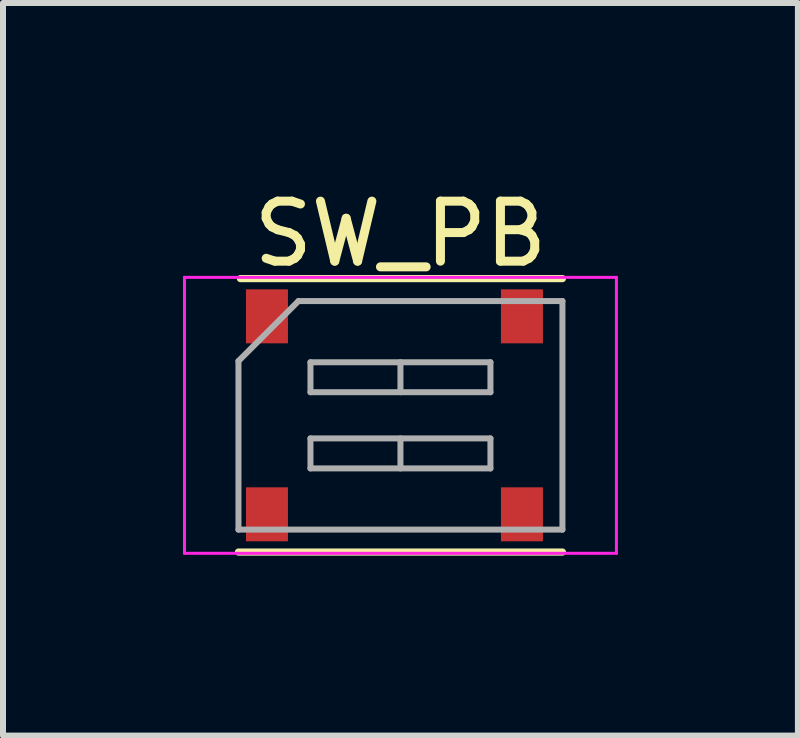
<source format=kicad_pcb>
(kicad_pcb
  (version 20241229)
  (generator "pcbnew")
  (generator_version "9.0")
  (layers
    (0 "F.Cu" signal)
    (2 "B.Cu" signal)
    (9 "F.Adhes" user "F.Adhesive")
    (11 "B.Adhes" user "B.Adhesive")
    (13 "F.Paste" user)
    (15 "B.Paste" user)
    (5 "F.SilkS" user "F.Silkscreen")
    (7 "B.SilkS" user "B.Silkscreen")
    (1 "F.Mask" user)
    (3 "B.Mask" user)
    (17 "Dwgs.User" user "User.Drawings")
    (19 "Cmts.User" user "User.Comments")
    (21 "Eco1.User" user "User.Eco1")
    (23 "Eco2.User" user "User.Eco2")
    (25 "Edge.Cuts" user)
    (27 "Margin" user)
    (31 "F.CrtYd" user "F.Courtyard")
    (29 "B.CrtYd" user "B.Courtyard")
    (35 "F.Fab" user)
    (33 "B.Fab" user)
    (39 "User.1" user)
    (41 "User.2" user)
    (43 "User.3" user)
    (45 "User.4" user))
  (footprint "SW_PB"
    (layer "F.Cu")
    (at 3.625 3.873)
    (property "Reference" "SW_PB" (at 0 -3.025 0) (layer "F.SilkS") (effects (font (size 1 1) (thickness 0.15))))
    (attr smd)
    (fp_line (start -2.7 2.279) (end 2.7 2.279) (stroke (width 0.12) (type solid)) (layer "F.SilkS"))
    (fp_line (start -2.667 -2.279) (end 2.7 -2.279) (stroke (width 0.12) (type solid)) (layer "F.SilkS"))
    (fp_line (start -3.6 -2.3) (end -3.6 2.3) (stroke (width 0.05) (type solid)) (layer "F.CrtYd"))
    (fp_line (start -3.6 2.3) (end 3.6 2.3) (stroke (width 0.05) (type solid)) (layer "F.CrtYd"))
    (fp_line (start 3.6 -2.3) (end -3.6 -2.3) (stroke (width 0.05) (type solid)) (layer "F.CrtYd"))
    (fp_line (start 3.6 2.3) (end 3.6 -2.3) (stroke (width 0.05) (type solid)) (layer "F.CrtYd"))
    (fp_line (start -2.7 -0.905) (end -1.7 -1.905) (stroke (width 0.1) (type solid)) (layer "F.Fab"))
    (fp_line (start -2.7 1.905) (end -2.7 -0.905) (stroke (width 0.1) (type solid)) (layer "F.Fab"))
    (fp_line (start -1.7 -1.905) (end 2.7 -1.905) (stroke (width 0.1) (type solid)) (layer "F.Fab"))
    (fp_line (start -1.5 -0.885) (end -1.5 -0.385) (stroke (width 0.1) (type solid)) (layer "F.Fab"))
    (fp_line (start -1.5 -0.385) (end 1.5 -0.385) (stroke (width 0.1) (type solid)) (layer "F.Fab"))
    (fp_line (start -1.5 0.385) (end -1.5 0.885) (stroke (width 0.1) (type solid)) (layer "F.Fab"))
    (fp_line (start -1.5 0.885) (end 1.5 0.885) (stroke (width 0.1) (type solid)) (layer "F.Fab"))
    (fp_line (start 0 -0.885) (end 0 -0.385) (stroke (width 0.1) (type solid)) (layer "F.Fab"))
    (fp_line (start 0 0.385) (end 0 0.885) (stroke (width 0.1) (type solid)) (layer "F.Fab"))
    (fp_line (start 1.5 -0.885) (end -1.5 -0.885) (stroke (width 0.1) (type solid)) (layer "F.Fab"))
    (fp_line (start 1.5 -0.385) (end 1.5 -0.885) (stroke (width 0.1) (type solid)) (layer "F.Fab"))
    (fp_line (start 1.5 0.385) (end -1.5 0.385) (stroke (width 0.1) (type solid)) (layer "F.Fab"))
    (fp_line (start 1.5 0.885) (end 1.5 0.385) (stroke (width 0.1) (type solid)) (layer "F.Fab"))
    (fp_line (start 2.7 -1.905) (end 2.7 1.905) (stroke (width 0.1) (type solid)) (layer "F.Fab"))
    (fp_line (start 2.7 1.905) (end -2.7 1.905) (stroke (width 0.1) (type solid)) (layer "F.Fab"))
    (pad "1" smd rect (at -2.225 -1.65) (size 0.7 0.9) (layers "F.Cu" "F.Mask"))
    (pad "2" smd rect (at 2.025 -1.65) (size 0.7 0.9) (layers "F.Cu" "F.Mask"))
    (pad "3" smd rect (at -2.225 1.65) (size 0.7 0.9) (layers "F.Cu" "F.Mask"))
    (pad "4" smd rect (at 2.025 1.65) (size 0.7 0.9) (layers "F.Cu" "F.Mask")))
  (gr_rect
    (start -3 -3)
    (end 10.25 9.212)
    (stroke (width 0.1) (type default))
    (fill no)
    (layer "Edge.Cuts")))
</source>
